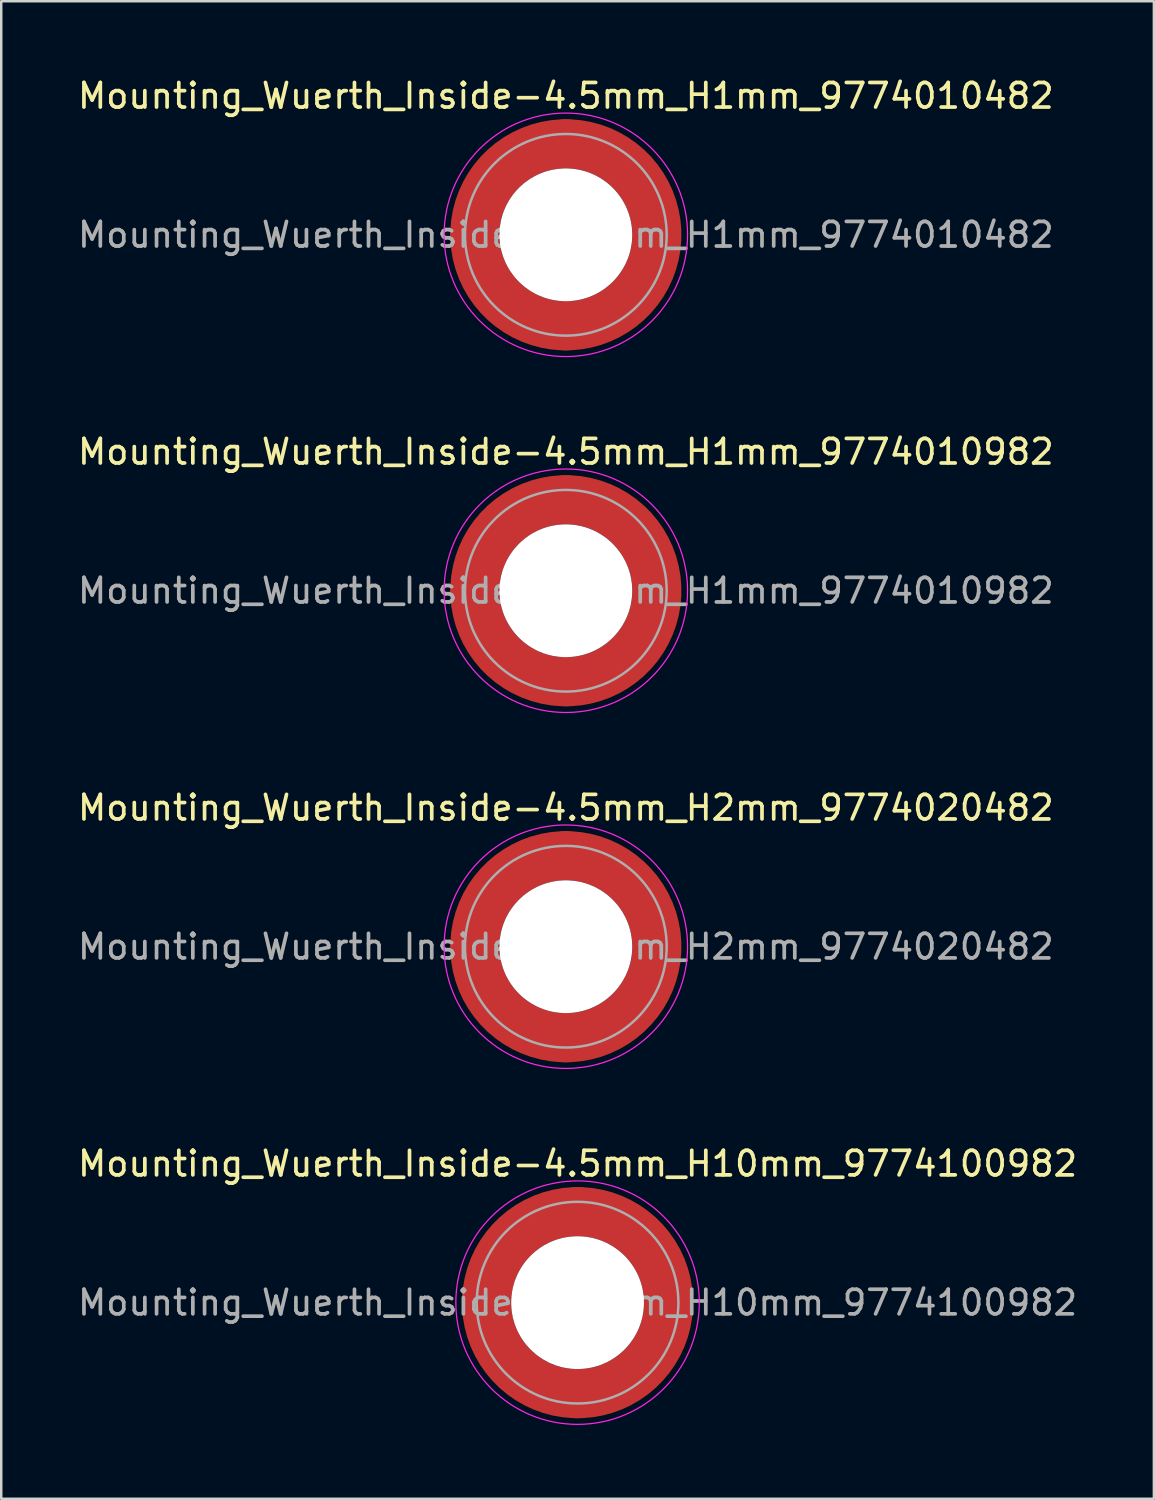
<source format=kicad_pcb>
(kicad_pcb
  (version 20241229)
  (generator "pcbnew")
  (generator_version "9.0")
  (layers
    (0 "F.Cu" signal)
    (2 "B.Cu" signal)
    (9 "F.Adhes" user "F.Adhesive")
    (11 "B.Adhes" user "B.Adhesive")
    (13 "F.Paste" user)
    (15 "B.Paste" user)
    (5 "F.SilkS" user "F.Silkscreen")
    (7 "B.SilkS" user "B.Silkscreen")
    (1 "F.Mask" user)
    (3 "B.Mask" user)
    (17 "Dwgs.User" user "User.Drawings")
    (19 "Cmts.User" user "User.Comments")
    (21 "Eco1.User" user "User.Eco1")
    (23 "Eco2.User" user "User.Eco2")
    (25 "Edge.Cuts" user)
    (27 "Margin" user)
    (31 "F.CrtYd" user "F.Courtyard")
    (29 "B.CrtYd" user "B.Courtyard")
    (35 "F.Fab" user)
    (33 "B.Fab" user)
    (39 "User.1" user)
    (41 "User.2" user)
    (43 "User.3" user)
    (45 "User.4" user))
  (footprint "Mounting_Wuerth_Inside-4.5mm_H10mm_9774100982"
    (layer "F.Cu")
    (at 20.435 49.918)
    (property "Reference" "Mounting_Wuerth_Inside-4.5mm_H10mm_9774100982" (at 0 -5.65 0) (layer "F.SilkS") (effects (font (size 1 1) (thickness 0.15))))
    (attr smd)
    (fp_circle (center 0 0) (end 4.95 0) (stroke (width 0.05) (type solid)) (fill no) (layer "F.CrtYd"))
    (fp_circle (center 0 0) (end 4.1 0) (stroke (width 0.1) (type solid)) (fill no) (layer "F.Fab"))
    (fp_text user "${REFERENCE}" (at 0 0 0) (layer "F.Fab") (effects (font (size 1 1) (thickness 0.15))))
    (pad "" smd custom (at -2.607 -2.607) (size 1.895 1.895) (layers "F.Paste") (options (anchor circle)) (primitives (gr_arc (start -0.485237 1.733706) (mid 0.334992 0.334992) (end 1.733706 -0.485237) (width 0.9475)) (gr_arc (start -0.975031 1.733706) (mid 0 0) (end 1.733706 -0.975031) (width 0.9475)) (gr_arc (start -1.461028 1.733706) (mid -0.334992 -0.334992) (end 1.733706 -1.461028) (width 0.9475)) (gr_line (start 1.734 -0.485) (end 1.734 -1.461) (width 0.948)) (gr_line (start -0.485 1.734) (end -1.461 1.734) (width 0.948))))
    (pad "" smd custom (at -2.607 2.607) (size 1.895 1.895) (layers "F.Paste") (options (anchor circle)) (primitives (gr_arc (start 1.733706 0.485237) (mid 0.334992 -0.334992) (end -0.485237 -1.733706) (width 0.9475)) (gr_arc (start 1.733706 0.975031) (mid 0 0) (end -0.975031 -1.733706) (width 0.9475)) (gr_arc (start 1.733706 1.461028) (mid -0.334992 0.334992) (end -1.461028 -1.733706) (width 0.9475)) (gr_line (start -0.485 -1.734) (end -1.461 -1.734) (width 0.948)) (gr_line (start 1.734 0.485) (end 1.734 1.461) (width 0.948))))
    (pad "" np_thru_hole circle (at 0 0) (size 5.4 5.4) (drill 5.4) (layers "*.Cu" "*.Mask"))
    (pad "" smd custom (at 2.607 -2.607) (size 1.895 1.895) (layers "F.Paste") (options (anchor circle)) (primitives (gr_arc (start -1.733706 -0.485237) (mid -0.334992 0.334992) (end 0.485237 1.733706) (width 0.9475)) (gr_arc (start -1.733706 -0.975031) (mid 0 0) (end 0.975031 1.733706) (width 0.9475)) (gr_arc (start -1.733706 -1.461028) (mid 0.334992 -0.334992) (end 1.461028 1.733706) (width 0.9475)) (gr_line (start 0.485 1.734) (end 1.461 1.734) (width 0.948)) (gr_line (start -1.734 -0.485) (end -1.734 -1.461) (width 0.948))))
    (pad "" smd custom (at 2.607 2.607) (size 1.895 1.895) (layers "F.Paste") (options (anchor circle)) (primitives (gr_arc (start 0.485237 -1.733706) (mid -0.334992 -0.334992) (end -1.733706 0.485237) (width 0.9475)) (gr_arc (start 0.975031 -1.733706) (mid 0 0) (end -1.733706 0.975031) (width 0.9475)) (gr_arc (start 1.461028 -1.733706) (mid 0.334992 0.334992) (end -1.733706 1.461028) (width 0.9475)) (gr_line (start -1.734 0.485) (end -1.734 1.461) (width 0.948)) (gr_line (start 0.485 -1.734) (end 1.461 -1.734) (width 0.948))))
    (pad "1" smd circle (at -3.7 0) (size 2 2) (layers "F.Cu"))
    (pad "1" smd circle (at 0 -3.7) (size 2 2) (layers "F.Cu"))
    (pad "1" smd circle (at 0 3.7) (size 2 2) (layers "F.Cu"))
    (pad "1" smd custom (at 3.7 0) (size 2 2) (layers "F.Cu" "F.Mask") (options (anchor circle)) (primitives (gr_circle (center -3.7 0) (end 0 0) (width 2) (fill no)))))
  (footprint "Mounting_Wuerth_Inside-4.5mm_H1mm_9774010982"
    (layer "F.Cu")
    (at 19.958 20.971)
    (property "Reference" "Mounting_Wuerth_Inside-4.5mm_H1mm_9774010982" (at 0 -5.65 0) (layer "F.SilkS") (effects (font (size 1 1) (thickness 0.15))))
    (attr smd)
    (fp_circle (center 0 0) (end 4.95 0) (stroke (width 0.05) (type solid)) (fill no) (layer "F.CrtYd"))
    (fp_circle (center 0 0) (end 4.1 0) (stroke (width 0.1) (type solid)) (fill no) (layer "F.Fab"))
    (fp_text user "${REFERENCE}" (at 0 0 0) (layer "F.Fab") (effects (font (size 1 1) (thickness 0.15))))
    (pad "" smd custom (at -2.607 -2.607) (size 1.895 1.895) (layers "F.Paste") (options (anchor circle)) (primitives (gr_arc (start -0.485237 1.733706) (mid 0.334992 0.334992) (end 1.733706 -0.485237) (width 0.9475)) (gr_arc (start -0.975031 1.733706) (mid 0 0) (end 1.733706 -0.975031) (width 0.9475)) (gr_arc (start -1.461028 1.733706) (mid -0.334992 -0.334992) (end 1.733706 -1.461028) (width 0.9475)) (gr_line (start 1.734 -0.485) (end 1.734 -1.461) (width 0.948)) (gr_line (start -0.485 1.734) (end -1.461 1.734) (width 0.948))))
    (pad "" smd custom (at -2.607 2.607) (size 1.895 1.895) (layers "F.Paste") (options (anchor circle)) (primitives (gr_arc (start 1.733706 0.485237) (mid 0.334992 -0.334992) (end -0.485237 -1.733706) (width 0.9475)) (gr_arc (start 1.733706 0.975031) (mid 0 0) (end -0.975031 -1.733706) (width 0.9475)) (gr_arc (start 1.733706 1.461028) (mid -0.334992 0.334992) (end -1.461028 -1.733706) (width 0.9475)) (gr_line (start -0.485 -1.734) (end -1.461 -1.734) (width 0.948)) (gr_line (start 1.734 0.485) (end 1.734 1.461) (width 0.948))))
    (pad "" np_thru_hole circle (at 0 0) (size 5.4 5.4) (drill 5.4) (layers "*.Cu" "*.Mask"))
    (pad "" smd custom (at 2.607 -2.607) (size 1.895 1.895) (layers "F.Paste") (options (anchor circle)) (primitives (gr_arc (start -1.733706 -0.485237) (mid -0.334992 0.334992) (end 0.485237 1.733706) (width 0.9475)) (gr_arc (start -1.733706 -0.975031) (mid 0 0) (end 0.975031 1.733706) (width 0.9475)) (gr_arc (start -1.733706 -1.461028) (mid 0.334992 -0.334992) (end 1.461028 1.733706) (width 0.9475)) (gr_line (start 0.485 1.734) (end 1.461 1.734) (width 0.948)) (gr_line (start -1.734 -0.485) (end -1.734 -1.461) (width 0.948))))
    (pad "" smd custom (at 2.607 2.607) (size 1.895 1.895) (layers "F.Paste") (options (anchor circle)) (primitives (gr_arc (start 0.485237 -1.733706) (mid -0.334992 -0.334992) (end -1.733706 0.485237) (width 0.9475)) (gr_arc (start 0.975031 -1.733706) (mid 0 0) (end -1.733706 0.975031) (width 0.9475)) (gr_arc (start 1.461028 -1.733706) (mid 0.334992 0.334992) (end -1.733706 1.461028) (width 0.9475)) (gr_line (start -1.734 0.485) (end -1.734 1.461) (width 0.948)) (gr_line (start 0.485 -1.734) (end 1.461 -1.734) (width 0.948))))
    (pad "1" smd circle (at -3.7 0) (size 2 2) (layers "F.Cu"))
    (pad "1" smd circle (at 0 -3.7) (size 2 2) (layers "F.Cu"))
    (pad "1" smd circle (at 0 3.7) (size 2 2) (layers "F.Cu"))
    (pad "1" smd custom (at 3.7 0) (size 2 2) (layers "F.Cu" "F.Mask") (options (anchor circle)) (primitives (gr_circle (center -3.7 0) (end 0 0) (width 2) (fill no)))))
  (footprint "Mounting_Wuerth_Inside-4.5mm_H1mm_9774010482"
    (layer "F.Cu")
    (at 19.958 6.498)
    (property "Reference" "Mounting_Wuerth_Inside-4.5mm_H1mm_9774010482" (at 0 -5.65 0) (layer "F.SilkS") (effects (font (size 1 1) (thickness 0.15))))
    (attr smd)
    (fp_circle (center 0 0) (end 4.95 0) (stroke (width 0.05) (type solid)) (fill no) (layer "F.CrtYd"))
    (fp_circle (center 0 0) (end 4.1 0) (stroke (width 0.1) (type solid)) (fill no) (layer "F.Fab"))
    (fp_text user "${REFERENCE}" (at 0 0 0) (layer "F.Fab") (effects (font (size 1 1) (thickness 0.15))))
    (pad "" smd custom (at -2.607 -2.607) (size 1.895 1.895) (layers "F.Paste") (options (anchor circle)) (primitives (gr_arc (start -0.485237 1.733706) (mid 0.334992 0.334992) (end 1.733706 -0.485237) (width 0.9475)) (gr_arc (start -0.975031 1.733706) (mid 0 0) (end 1.733706 -0.975031) (width 0.9475)) (gr_arc (start -1.461028 1.733706) (mid -0.334992 -0.334992) (end 1.733706 -1.461028) (width 0.9475)) (gr_line (start 1.734 -0.485) (end 1.734 -1.461) (width 0.948)) (gr_line (start -0.485 1.734) (end -1.461 1.734) (width 0.948))))
    (pad "" smd custom (at -2.607 2.607) (size 1.895 1.895) (layers "F.Paste") (options (anchor circle)) (primitives (gr_arc (start 1.733706 0.485237) (mid 0.334992 -0.334992) (end -0.485237 -1.733706) (width 0.9475)) (gr_arc (start 1.733706 0.975031) (mid 0 0) (end -0.975031 -1.733706) (width 0.9475)) (gr_arc (start 1.733706 1.461028) (mid -0.334992 0.334992) (end -1.461028 -1.733706) (width 0.9475)) (gr_line (start -0.485 -1.734) (end -1.461 -1.734) (width 0.948)) (gr_line (start 1.734 0.485) (end 1.734 1.461) (width 0.948))))
    (pad "" np_thru_hole circle (at 0 0) (size 5.4 5.4) (drill 5.4) (layers "*.Cu" "*.Mask"))
    (pad "" smd custom (at 2.607 -2.607) (size 1.895 1.895) (layers "F.Paste") (options (anchor circle)) (primitives (gr_arc (start -1.733706 -0.485237) (mid -0.334992 0.334992) (end 0.485237 1.733706) (width 0.9475)) (gr_arc (start -1.733706 -0.975031) (mid 0 0) (end 0.975031 1.733706) (width 0.9475)) (gr_arc (start -1.733706 -1.461028) (mid 0.334992 -0.334992) (end 1.461028 1.733706) (width 0.9475)) (gr_line (start 0.485 1.734) (end 1.461 1.734) (width 0.948)) (gr_line (start -1.734 -0.485) (end -1.734 -1.461) (width 0.948))))
    (pad "" smd custom (at 2.607 2.607) (size 1.895 1.895) (layers "F.Paste") (options (anchor circle)) (primitives (gr_arc (start 0.485237 -1.733706) (mid -0.334992 -0.334992) (end -1.733706 0.485237) (width 0.9475)) (gr_arc (start 0.975031 -1.733706) (mid 0 0) (end -1.733706 0.975031) (width 0.9475)) (gr_arc (start 1.461028 -1.733706) (mid 0.334992 0.334992) (end -1.733706 1.461028) (width 0.9475)) (gr_line (start -1.734 0.485) (end -1.734 1.461) (width 0.948)) (gr_line (start 0.485 -1.734) (end 1.461 -1.734) (width 0.948))))
    (pad "1" smd circle (at -3.7 0) (size 2 2) (layers "F.Cu"))
    (pad "1" smd circle (at 0 -3.7) (size 2 2) (layers "F.Cu"))
    (pad "1" smd circle (at 0 3.7) (size 2 2) (layers "F.Cu"))
    (pad "1" smd custom (at 3.7 0) (size 2 2) (layers "F.Cu" "F.Mask") (options (anchor circle)) (primitives (gr_circle (center -3.7 0) (end 0 0) (width 2) (fill no)))))
  (footprint "Mounting_Wuerth_Inside-4.5mm_H2mm_9774020482"
    (layer "F.Cu")
    (at 19.958 35.445)
    (property "Reference" "Mounting_Wuerth_Inside-4.5mm_H2mm_9774020482" (at 0 -5.65 0) (layer "F.SilkS") (effects (font (size 1 1) (thickness 0.15))))
    (attr smd)
    (fp_circle (center 0 0) (end 4.95 0) (stroke (width 0.05) (type solid)) (fill no) (layer "F.CrtYd"))
    (fp_circle (center 0 0) (end 4.1 0) (stroke (width 0.1) (type solid)) (fill no) (layer "F.Fab"))
    (fp_text user "${REFERENCE}" (at 0 0 0) (layer "F.Fab") (effects (font (size 1 1) (thickness 0.15))))
    (pad "" smd custom (at -2.607 -2.607) (size 1.895 1.895) (layers "F.Paste") (options (anchor circle)) (primitives (gr_arc (start -0.485237 1.733706) (mid 0.334992 0.334992) (end 1.733706 -0.485237) (width 0.9475)) (gr_arc (start -0.975031 1.733706) (mid 0 0) (end 1.733706 -0.975031) (width 0.9475)) (gr_arc (start -1.461028 1.733706) (mid -0.334992 -0.334992) (end 1.733706 -1.461028) (width 0.9475)) (gr_line (start 1.734 -0.485) (end 1.734 -1.461) (width 0.948)) (gr_line (start -0.485 1.734) (end -1.461 1.734) (width 0.948))))
    (pad "" smd custom (at -2.607 2.607) (size 1.895 1.895) (layers "F.Paste") (options (anchor circle)) (primitives (gr_arc (start 1.733706 0.485237) (mid 0.334992 -0.334992) (end -0.485237 -1.733706) (width 0.9475)) (gr_arc (start 1.733706 0.975031) (mid 0 0) (end -0.975031 -1.733706) (width 0.9475)) (gr_arc (start 1.733706 1.461028) (mid -0.334992 0.334992) (end -1.461028 -1.733706) (width 0.9475)) (gr_line (start -0.485 -1.734) (end -1.461 -1.734) (width 0.948)) (gr_line (start 1.734 0.485) (end 1.734 1.461) (width 0.948))))
    (pad "" np_thru_hole circle (at 0 0) (size 5.4 5.4) (drill 5.4) (layers "*.Cu" "*.Mask"))
    (pad "" smd custom (at 2.607 -2.607) (size 1.895 1.895) (layers "F.Paste") (options (anchor circle)) (primitives (gr_arc (start -1.733706 -0.485237) (mid -0.334992 0.334992) (end 0.485237 1.733706) (width 0.9475)) (gr_arc (start -1.733706 -0.975031) (mid 0 0) (end 0.975031 1.733706) (width 0.9475)) (gr_arc (start -1.733706 -1.461028) (mid 0.334992 -0.334992) (end 1.461028 1.733706) (width 0.9475)) (gr_line (start 0.485 1.734) (end 1.461 1.734) (width 0.948)) (gr_line (start -1.734 -0.485) (end -1.734 -1.461) (width 0.948))))
    (pad "" smd custom (at 2.607 2.607) (size 1.895 1.895) (layers "F.Paste") (options (anchor circle)) (primitives (gr_arc (start 0.485237 -1.733706) (mid -0.334992 -0.334992) (end -1.733706 0.485237) (width 0.9475)) (gr_arc (start 0.975031 -1.733706) (mid 0 0) (end -1.733706 0.975031) (width 0.9475)) (gr_arc (start 1.461028 -1.733706) (mid 0.334992 0.334992) (end -1.733706 1.461028) (width 0.9475)) (gr_line (start -1.734 0.485) (end -1.734 1.461) (width 0.948)) (gr_line (start 0.485 -1.734) (end 1.461 -1.734) (width 0.948))))
    (pad "1" smd circle (at -3.7 0) (size 2 2) (layers "F.Cu"))
    (pad "1" smd circle (at 0 -3.7) (size 2 2) (layers "F.Cu"))
    (pad "1" smd circle (at 0 3.7) (size 2 2) (layers "F.Cu"))
    (pad "1" smd custom (at 3.7 0) (size 2 2) (layers "F.Cu" "F.Mask") (options (anchor circle)) (primitives (gr_circle (center -3.7 0) (end 0 0) (width 2) (fill no)))))
  (gr_rect
    (start -3 -3)
    (end 43.869 57.893)
    (stroke (width 0.1) (type default))
    (fill no)
    (layer "Edge.Cuts")))
</source>
